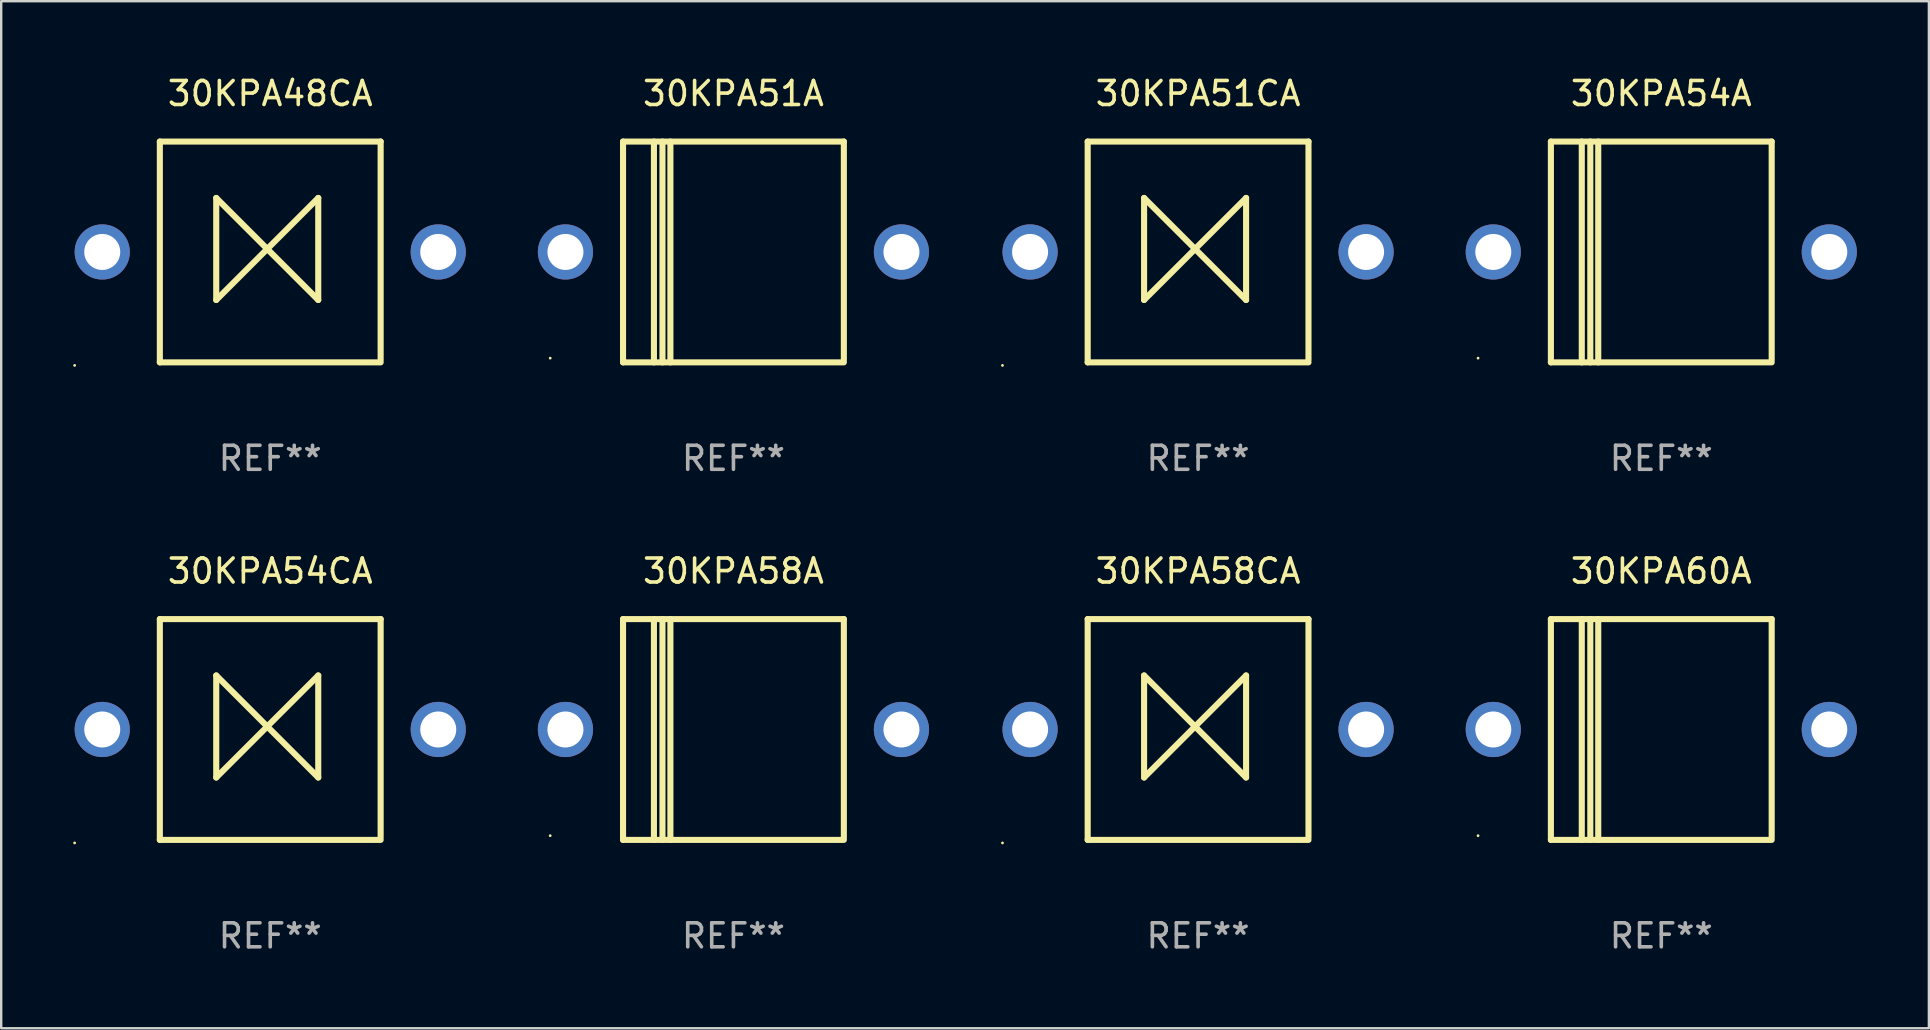
<source format=kicad_pcb>
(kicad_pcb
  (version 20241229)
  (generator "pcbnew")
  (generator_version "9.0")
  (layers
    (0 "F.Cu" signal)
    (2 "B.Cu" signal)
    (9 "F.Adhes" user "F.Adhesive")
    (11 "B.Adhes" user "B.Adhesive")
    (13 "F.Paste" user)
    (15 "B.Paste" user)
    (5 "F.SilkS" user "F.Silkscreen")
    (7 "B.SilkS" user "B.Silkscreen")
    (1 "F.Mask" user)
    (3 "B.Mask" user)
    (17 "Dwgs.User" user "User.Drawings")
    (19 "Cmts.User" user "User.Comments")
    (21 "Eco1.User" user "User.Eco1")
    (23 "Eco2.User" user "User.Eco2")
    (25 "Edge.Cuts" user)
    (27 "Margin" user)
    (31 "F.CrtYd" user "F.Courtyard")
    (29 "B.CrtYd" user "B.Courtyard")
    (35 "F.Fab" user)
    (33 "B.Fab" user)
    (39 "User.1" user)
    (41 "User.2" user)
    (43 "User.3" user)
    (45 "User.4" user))
  (footprint "30KPA51A"
    (layer "F.Cu")
    (at 27.51 7.448)
    (property "Reference" "30KPA51A" (at 0 -6.6 0) (layer "F.SilkS") (effects (font (size 1 1) (thickness 0.15))))
    (attr through_hole)
    (fp_line (start -4.6 -4.6) (end -4.6 4.6) (stroke (width 0.254) (type solid)) (layer "F.SilkS"))
    (fp_line (start -4.6 -4.6) (end 4.6 -4.6) (stroke (width 0.254) (type solid)) (layer "F.SilkS"))
    (fp_line (start -4.6 4.6) (end 4.6 4.6) (stroke (width 0.254) (type solid)) (layer "F.SilkS"))
    (fp_line (start -3.313 -4.6) (end -3.313 4.6) (stroke (width 0.254) (type solid)) (layer "F.SilkS"))
    (fp_line (start -2.957 -4.6) (end -2.957 4.6) (stroke (width 0.254) (type solid)) (layer "F.SilkS"))
    (fp_line (start -2.627 -4.6) (end -2.627 4.6) (stroke (width 0.254) (type solid)) (layer "F.SilkS"))
    (fp_line (start 4.6 -4.6) (end 4.6 4.5) (stroke (width 0.254) (type solid)) (layer "F.SilkS"))
    (fp_circle (center -7.635 4.425) (end -7.605 4.425) (stroke (width 0.06) (type solid)) (fill no) (layer "F.SilkS"))
    (fp_text user "REF**" (at 0 8.6 0) (layer "F.Fab") (effects (font (size 1 1) (thickness 0.15))))
    (pad "1" thru_hole circle (at -7 0) (size 2.3 2.3) (drill 1.5) (layers "*.Cu" "*.Mask"))
    (pad "2" thru_hole circle (at 7 0) (size 2.3 2.3) (drill 1.5) (layers "*.Cu" "*.Mask")))
  (footprint "30KPA58A"
    (layer "F.Cu")
    (at 27.51 27.345)
    (property "Reference" "30KPA58A" (at 0 -6.6 0) (layer "F.SilkS") (effects (font (size 1 1) (thickness 0.15))))
    (attr through_hole)
    (fp_line (start -4.6 -4.6) (end -4.6 4.6) (stroke (width 0.254) (type solid)) (layer "F.SilkS"))
    (fp_line (start -4.6 -4.6) (end 4.6 -4.6) (stroke (width 0.254) (type solid)) (layer "F.SilkS"))
    (fp_line (start -4.6 4.6) (end 4.6 4.6) (stroke (width 0.254) (type solid)) (layer "F.SilkS"))
    (fp_line (start -3.313 -4.6) (end -3.313 4.6) (stroke (width 0.254) (type solid)) (layer "F.SilkS"))
    (fp_line (start -2.957 -4.6) (end -2.957 4.6) (stroke (width 0.254) (type solid)) (layer "F.SilkS"))
    (fp_line (start -2.627 -4.6) (end -2.627 4.6) (stroke (width 0.254) (type solid)) (layer "F.SilkS"))
    (fp_line (start 4.6 -4.6) (end 4.6 4.5) (stroke (width 0.254) (type solid)) (layer "F.SilkS"))
    (fp_circle (center -7.635 4.425) (end -7.605 4.425) (stroke (width 0.06) (type solid)) (fill no) (layer "F.SilkS"))
    (fp_text user "REF**" (at 0 8.6 0) (layer "F.Fab") (effects (font (size 1 1) (thickness 0.15))))
    (pad "1" thru_hole circle (at -7 0) (size 2.3 2.3) (drill 1.5) (layers "*.Cu" "*.Mask"))
    (pad "2" thru_hole circle (at 7 0) (size 2.3 2.3) (drill 1.5) (layers "*.Cu" "*.Mask")))
  (footprint "30KPA51CA"
    (layer "F.Cu")
    (at 46.87 7.448)
    (property "Reference" "30KPA51CA" (at 0 -6.6 0) (layer "F.SilkS") (effects (font (size 1 1) (thickness 0.15))))
    (attr through_hole)
    (fp_line (start -4.6 -4.6) (end -4.6 4.6) (stroke (width 0.254) (type solid)) (layer "F.SilkS"))
    (fp_line (start -4.6 -4.6) (end 4.6 -4.6) (stroke (width 0.254) (type solid)) (layer "F.SilkS"))
    (fp_line (start -4.6 4.6) (end 4.6 4.6) (stroke (width 0.254) (type solid)) (layer "F.SilkS"))
    (fp_line (start -2.25 -2.25) (end -2.25 2) (stroke (width 0.254) (type solid)) (layer "F.SilkS"))
    (fp_line (start -2.25 2) (end 2 -2.25) (stroke (width 0.254) (type solid)) (layer "F.SilkS"))
    (fp_line (start 2 -2.25) (end 2 2) (stroke (width 0.254) (type solid)) (layer "F.SilkS"))
    (fp_line (start 2 2) (end -2.25 -2.25) (stroke (width 0.254) (type solid)) (layer "F.SilkS"))
    (fp_line (start 4.6 -4.6) (end 4.6 4.5) (stroke (width 0.254) (type solid)) (layer "F.SilkS"))
    (fp_circle (center -8.15 4.727) (end -8.12 4.727) (stroke (width 0.06) (type solid)) (fill no) (layer "F.SilkS"))
    (fp_text user "REF**" (at 0 8.6 0) (layer "F.Fab") (effects (font (size 1 1) (thickness 0.15))))
    (pad "1" thru_hole circle (at -7 0) (size 2.3 2.3) (drill 1.5) (layers "*.Cu" "*.Mask"))
    (pad "2" thru_hole circle (at 7 0) (size 2.3 2.3) (drill 1.5) (layers "*.Cu" "*.Mask")))
  (footprint "30KPA54CA"
    (layer "F.Cu")
    (at 8.21 27.345)
    (property "Reference" "30KPA54CA" (at 0 -6.6 0) (layer "F.SilkS") (effects (font (size 1 1) (thickness 0.15))))
    (attr through_hole)
    (fp_line (start -4.6 -4.6) (end -4.6 4.6) (stroke (width 0.254) (type solid)) (layer "F.SilkS"))
    (fp_line (start -4.6 -4.6) (end 4.6 -4.6) (stroke (width 0.254) (type solid)) (layer "F.SilkS"))
    (fp_line (start -4.6 4.6) (end 4.6 4.6) (stroke (width 0.254) (type solid)) (layer "F.SilkS"))
    (fp_line (start -2.25 -2.25) (end -2.25 2) (stroke (width 0.254) (type solid)) (layer "F.SilkS"))
    (fp_line (start -2.25 2) (end 2 -2.25) (stroke (width 0.254) (type solid)) (layer "F.SilkS"))
    (fp_line (start 2 -2.25) (end 2 2) (stroke (width 0.254) (type solid)) (layer "F.SilkS"))
    (fp_line (start 2 2) (end -2.25 -2.25) (stroke (width 0.254) (type solid)) (layer "F.SilkS"))
    (fp_line (start 4.6 -4.6) (end 4.6 4.5) (stroke (width 0.254) (type solid)) (layer "F.SilkS"))
    (fp_circle (center -8.15 4.727) (end -8.12 4.727) (stroke (width 0.06) (type solid)) (fill no) (layer "F.SilkS"))
    (fp_text user "REF**" (at 0 8.6 0) (layer "F.Fab") (effects (font (size 1 1) (thickness 0.15))))
    (pad "1" thru_hole circle (at -7 0) (size 2.3 2.3) (drill 1.5) (layers "*.Cu" "*.Mask"))
    (pad "2" thru_hole circle (at 7 0) (size 2.3 2.3) (drill 1.5) (layers "*.Cu" "*.Mask")))
  (footprint "30KPA48CA"
    (layer "F.Cu")
    (at 8.21 7.448)
    (property "Reference" "30KPA48CA" (at 0 -6.6 0) (layer "F.SilkS") (effects (font (size 1 1) (thickness 0.15))))
    (attr through_hole)
    (fp_line (start -4.6 -4.6) (end -4.6 4.6) (stroke (width 0.254) (type solid)) (layer "F.SilkS"))
    (fp_line (start -4.6 -4.6) (end 4.6 -4.6) (stroke (width 0.254) (type solid)) (layer "F.SilkS"))
    (fp_line (start -4.6 4.6) (end 4.6 4.6) (stroke (width 0.254) (type solid)) (layer "F.SilkS"))
    (fp_line (start -2.25 -2.25) (end -2.25 2) (stroke (width 0.254) (type solid)) (layer "F.SilkS"))
    (fp_line (start -2.25 2) (end 2 -2.25) (stroke (width 0.254) (type solid)) (layer "F.SilkS"))
    (fp_line (start 2 -2.25) (end 2 2) (stroke (width 0.254) (type solid)) (layer "F.SilkS"))
    (fp_line (start 2 2) (end -2.25 -2.25) (stroke (width 0.254) (type solid)) (layer "F.SilkS"))
    (fp_line (start 4.6 -4.6) (end 4.6 4.5) (stroke (width 0.254) (type solid)) (layer "F.SilkS"))
    (fp_circle (center -8.15 4.727) (end -8.12 4.727) (stroke (width 0.06) (type solid)) (fill no) (layer "F.SilkS"))
    (fp_text user "REF**" (at 0 8.6 0) (layer "F.Fab") (effects (font (size 1 1) (thickness 0.15))))
    (pad "1" thru_hole circle (at -7 0) (size 2.3 2.3) (drill 1.5) (layers "*.Cu" "*.Mask"))
    (pad "2" thru_hole circle (at 7 0) (size 2.3 2.3) (drill 1.5) (layers "*.Cu" "*.Mask")))
  (footprint "30KPA58CA"
    (layer "F.Cu")
    (at 46.87 27.345)
    (property "Reference" "30KPA58CA" (at 0 -6.6 0) (layer "F.SilkS") (effects (font (size 1 1) (thickness 0.15))))
    (attr through_hole)
    (fp_line (start -4.6 -4.6) (end -4.6 4.6) (stroke (width 0.254) (type solid)) (layer "F.SilkS"))
    (fp_line (start -4.6 -4.6) (end 4.6 -4.6) (stroke (width 0.254) (type solid)) (layer "F.SilkS"))
    (fp_line (start -4.6 4.6) (end 4.6 4.6) (stroke (width 0.254) (type solid)) (layer "F.SilkS"))
    (fp_line (start -2.25 -2.25) (end -2.25 2) (stroke (width 0.254) (type solid)) (layer "F.SilkS"))
    (fp_line (start -2.25 2) (end 2 -2.25) (stroke (width 0.254) (type solid)) (layer "F.SilkS"))
    (fp_line (start 2 -2.25) (end 2 2) (stroke (width 0.254) (type solid)) (layer "F.SilkS"))
    (fp_line (start 2 2) (end -2.25 -2.25) (stroke (width 0.254) (type solid)) (layer "F.SilkS"))
    (fp_line (start 4.6 -4.6) (end 4.6 4.5) (stroke (width 0.254) (type solid)) (layer "F.SilkS"))
    (fp_circle (center -8.15 4.727) (end -8.12 4.727) (stroke (width 0.06) (type solid)) (fill no) (layer "F.SilkS"))
    (fp_text user "REF**" (at 0 8.6 0) (layer "F.Fab") (effects (font (size 1 1) (thickness 0.15))))
    (pad "1" thru_hole circle (at -7 0) (size 2.3 2.3) (drill 1.5) (layers "*.Cu" "*.Mask"))
    (pad "2" thru_hole circle (at 7 0) (size 2.3 2.3) (drill 1.5) (layers "*.Cu" "*.Mask")))
  (footprint "30KPA54A"
    (layer "F.Cu")
    (at 66.17 7.448)
    (property "Reference" "30KPA54A" (at 0 -6.6 0) (layer "F.SilkS") (effects (font (size 1 1) (thickness 0.15))))
    (attr through_hole)
    (fp_line (start -4.6 -4.6) (end -4.6 4.6) (stroke (width 0.254) (type solid)) (layer "F.SilkS"))
    (fp_line (start -4.6 -4.6) (end 4.6 -4.6) (stroke (width 0.254) (type solid)) (layer "F.SilkS"))
    (fp_line (start -4.6 4.6) (end 4.6 4.6) (stroke (width 0.254) (type solid)) (layer "F.SilkS"))
    (fp_line (start -3.313 -4.6) (end -3.313 4.6) (stroke (width 0.254) (type solid)) (layer "F.SilkS"))
    (fp_line (start -2.957 -4.6) (end -2.957 4.6) (stroke (width 0.254) (type solid)) (layer "F.SilkS"))
    (fp_line (start -2.627 -4.6) (end -2.627 4.6) (stroke (width 0.254) (type solid)) (layer "F.SilkS"))
    (fp_line (start 4.6 -4.6) (end 4.6 4.5) (stroke (width 0.254) (type solid)) (layer "F.SilkS"))
    (fp_circle (center -7.635 4.425) (end -7.605 4.425) (stroke (width 0.06) (type solid)) (fill no) (layer "F.SilkS"))
    (fp_text user "REF**" (at 0 8.6 0) (layer "F.Fab") (effects (font (size 1 1) (thickness 0.15))))
    (pad "1" thru_hole circle (at -7 0) (size 2.3 2.3) (drill 1.5) (layers "*.Cu" "*.Mask"))
    (pad "2" thru_hole circle (at 7 0) (size 2.3 2.3) (drill 1.5) (layers "*.Cu" "*.Mask")))
  (footprint "30KPA60A"
    (layer "F.Cu")
    (at 66.17 27.345)
    (property "Reference" "30KPA60A" (at 0 -6.6 0) (layer "F.SilkS") (effects (font (size 1 1) (thickness 0.15))))
    (attr through_hole)
    (fp_line (start -4.6 -4.6) (end -4.6 4.6) (stroke (width 0.254) (type solid)) (layer "F.SilkS"))
    (fp_line (start -4.6 -4.6) (end 4.6 -4.6) (stroke (width 0.254) (type solid)) (layer "F.SilkS"))
    (fp_line (start -4.6 4.6) (end 4.6 4.6) (stroke (width 0.254) (type solid)) (layer "F.SilkS"))
    (fp_line (start -3.313 -4.6) (end -3.313 4.6) (stroke (width 0.254) (type solid)) (layer "F.SilkS"))
    (fp_line (start -2.957 -4.6) (end -2.957 4.6) (stroke (width 0.254) (type solid)) (layer "F.SilkS"))
    (fp_line (start -2.627 -4.6) (end -2.627 4.6) (stroke (width 0.254) (type solid)) (layer "F.SilkS"))
    (fp_line (start 4.6 -4.6) (end 4.6 4.5) (stroke (width 0.254) (type solid)) (layer "F.SilkS"))
    (fp_circle (center -7.635 4.425) (end -7.605 4.425) (stroke (width 0.06) (type solid)) (fill no) (layer "F.SilkS"))
    (fp_text user "REF**" (at 0 8.6 0) (layer "F.Fab") (effects (font (size 1 1) (thickness 0.15))))
    (pad "1" thru_hole circle (at -7 0) (size 2.3 2.3) (drill 1.5) (layers "*.Cu" "*.Mask"))
    (pad "2" thru_hole circle (at 7 0) (size 2.3 2.3) (drill 1.5) (layers "*.Cu" "*.Mask")))
  (gr_rect
    (start -3 -3)
    (end 77.32 39.793)
    (stroke (width 0.1) (type default))
    (fill no)
    (layer "Edge.Cuts")))
</source>
